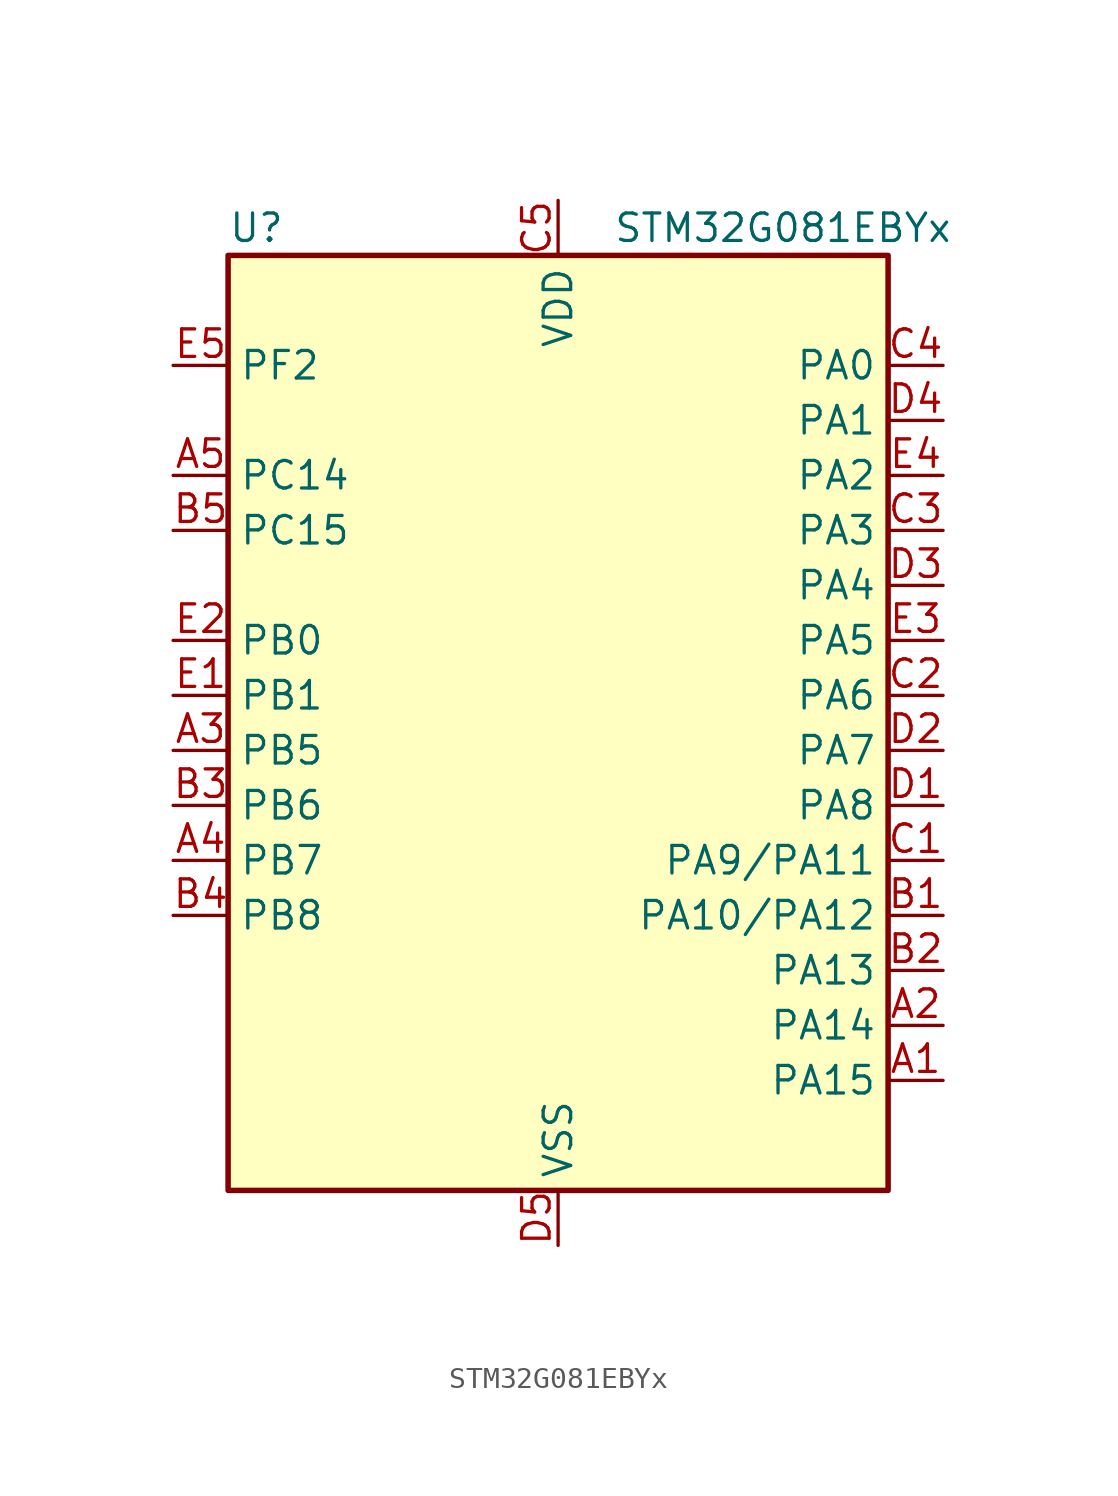
<source format=kicad_sym>
(kicad_symbol_lib
  (version 20231120)
  (generator "kicad-library-utils")
  (generator_version "8.0")
  (symbol "STM32G081EBYx"
    (property "Reference" "U"
      (at -15.24 24.13 0)
      (effects (font (size 1.27 1.27)) (justify left)))
    (property "Value" "STM32G081EBYx"
      (at 2.54 24.13 0)
      (effects (font (size 1.27 1.27)) (justify left)))
    (symbol "STM32G081EBYx_0_1"
      (rectangle (start -15.24 -20.32) (end 15.24 22.86) (stroke (width 0.254) (type default)) (fill (type background))))
    (symbol "STM32G081EBYx_1_1"
      (pin bidirectional line (at 17.78 -15.24 180) (length 2.54) (name "PA15" (effects (font (size 1.27 1.27)))) (number "A1" (effects (font (size 1.27 1.27)))) (alternate "I2S1_WS" bidirectional line) (alternate "SPI1_NSS" bidirectional line) (alternate "TIM2_CH1" bidirectional line) (alternate "TIM2_ETR" bidirectional line) (alternate "USART2_RX" bidirectional line) (alternate "USART3_CK" bidirectional line) (alternate "USART3_DE" bidirectional line) (alternate "USART3_RTS" bidirectional line) (alternate "USART4_CK" bidirectional line) (alternate "USART4_DE" bidirectional line) (alternate "USART4_RTS" bidirectional line))
      (pin bidirectional line (at 17.78 -12.7 180) (length 2.54) (name "PA14" (effects (font (size 1.27 1.27)))) (number "A2" (effects (font (size 1.27 1.27)))) (alternate "SYS_SWCLK" bidirectional line) (alternate "USART2_TX" bidirectional line))
      (pin bidirectional line (at -17.78 0 0) (length 2.54) (name "PB5" (effects (font (size 1.27 1.27)))) (number "A3" (effects (font (size 1.27 1.27)))) (alternate "COMP2_OUT" bidirectional line) (alternate "I2C1_SMBA" bidirectional line) (alternate "I2S1_SD" bidirectional line) (alternate "LPTIM1_IN1" bidirectional line) (alternate "SPI1_MOSI" bidirectional line) (alternate "SYS_WKUP6" bidirectional line) (alternate "TIM16_BK" bidirectional line) (alternate "TIM3_CH2" bidirectional line))
      (pin bidirectional line (at -17.78 -5.08 0) (length 2.54) (name "PB7" (effects (font (size 1.27 1.27)))) (number "A4" (effects (font (size 1.27 1.27)))) (alternate "COMP2_INM" bidirectional line) (alternate "I2C1_SDA" bidirectional line) (alternate "LPTIM1_IN2" bidirectional line) (alternate "SPI2_MOSI" bidirectional line) (alternate "SYS_PVD_IN" bidirectional line) (alternate "TIM17_CH1N" bidirectional line) (alternate "USART1_RX" bidirectional line) (alternate "USART4_CTS" bidirectional line) (alternate "USART4_NSS" bidirectional line))
      (pin bidirectional line (at -17.78 12.7 0) (length 2.54) (name "PC14" (effects (font (size 1.27 1.27)))) (number "A5" (effects (font (size 1.27 1.27)))) (alternate "RCC_OSC32_IN" bidirectional line) (alternate "RCC_OSC_IN" bidirectional line) (alternate "TIM1_BK2" bidirectional line))
      (pin bidirectional line (at 17.78 -7.62 180) (length 2.54) (name "PA10/PA12" (effects (font (size 1.27 1.27)))) (number "B1" (effects (font (size 1.27 1.27)))) (alternate "PA10" bidirectional line) (alternate "I2C1_SDA (PA10)" bidirectional line) (alternate "SPI2_MOSI (PA10)" bidirectional line) (alternate "TIM17_BK (PA10)" bidirectional line) (alternate "TIM1_CH3 (PA10)" bidirectional line) (alternate "USART1_RX (PA10)" bidirectional line) (alternate "PA12" bidirectional line) (alternate "COMP2_OUT (PA12)" bidirectional line) (alternate "I2C2_SDA (PA12)" bidirectional line) (alternate "I2S1_SD (PA12)" bidirectional line) (alternate "I2S_CKIN (PA12)" bidirectional line) (alternate "SPI1_MOSI (PA12)" bidirectional line) (alternate "TIM1_ETR (PA12)" bidirectional line) (alternate "USART1_CK (PA12)" bidirectional line) (alternate "USART1_DE (PA12)" bidirectional line) (alternate "USART1_RTS (PA12)" bidirectional line))
      (pin bidirectional line (at 17.78 -10.16 180) (length 2.54) (name "PA13" (effects (font (size 1.27 1.27)))) (number "B2" (effects (font (size 1.27 1.27)))) (alternate "IR_OUT" bidirectional line) (alternate "SYS_SWDIO" bidirectional line))
      (pin bidirectional line (at -17.78 -2.54 0) (length 2.54) (name "PB6" (effects (font (size 1.27 1.27)))) (number "B3" (effects (font (size 1.27 1.27)))) (alternate "COMP2_INP" bidirectional line) (alternate "I2C1_SCL" bidirectional line) (alternate "LPTIM1_ETR" bidirectional line) (alternate "SPI2_MISO" bidirectional line) (alternate "TIM16_CH1N" bidirectional line) (alternate "TIM1_CH3" bidirectional line) (alternate "USART1_TX" bidirectional line))
      (pin bidirectional line (at -17.78 -7.62 0) (length 2.54) (name "PB8" (effects (font (size 1.27 1.27)))) (number "B4" (effects (font (size 1.27 1.27)))) (alternate "CEC" bidirectional line) (alternate "I2C1_SCL" bidirectional line) (alternate "SPI2_SCK" bidirectional line) (alternate "TIM15_BK" bidirectional line) (alternate "TIM16_CH1" bidirectional line) (alternate "USART3_TX" bidirectional line))
      (pin bidirectional line (at -17.78 10.16 0) (length 2.54) (name "PC15" (effects (font (size 1.27 1.27)))) (number "B5" (effects (font (size 1.27 1.27)))) (alternate "RCC_OSC32_EN" bidirectional line) (alternate "RCC_OSC32_OUT" bidirectional line) (alternate "RCC_OSC_EN" bidirectional line) (alternate "TIM15_BK" bidirectional line))
      (pin bidirectional line (at 17.78 -5.08 180) (length 2.54) (name "PA9/PA11" (effects (font (size 1.27 1.27)))) (number "C1" (effects (font (size 1.27 1.27)))) (alternate "PA9" bidirectional line) (alternate "DAC1_EXTI9 (PA9)" bidirectional line) (alternate "I2C1_SCL (PA9)" bidirectional line) (alternate "RCC_MCO (PA9)" bidirectional line) (alternate "SPI2_MISO (PA9)" bidirectional line) (alternate "TIM15_BK (PA9)" bidirectional line) (alternate "TIM1_CH2 (PA9)" bidirectional line) (alternate "USART1_TX (PA9)" bidirectional line) (alternate "PA11" bidirectional line) (alternate "ADC1_EXTI11 (PA11)" bidirectional line) (alternate "COMP1_OUT (PA11)" bidirectional line) (alternate "I2C2_SCL (PA11)" bidirectional line) (alternate "I2S1_MCK (PA11)" bidirectional line) (alternate "SPI1_MISO (PA11)" bidirectional line) (alternate "TIM1_BK2 (PA11)" bidirectional line) (alternate "TIM1_CH4 (PA11)" bidirectional line) (alternate "USART1_CTS (PA11)" bidirectional line) (alternate "USART1_NSS (PA11)" bidirectional line))
      (pin bidirectional line (at 17.78 2.54 180) (length 2.54) (name "PA6" (effects (font (size 1.27 1.27)))) (number "C2" (effects (font (size 1.27 1.27)))) (alternate "ADC1_IN6" bidirectional line) (alternate "COMP1_OUT" bidirectional line) (alternate "I2S1_MCK" bidirectional line) (alternate "LPUART1_CTS" bidirectional line) (alternate "SPI1_MISO" bidirectional line) (alternate "TIM16_CH1" bidirectional line) (alternate "TIM1_BK" bidirectional line) (alternate "TIM3_CH1" bidirectional line) (alternate "USART3_CTS" bidirectional line) (alternate "USART3_NSS" bidirectional line))
      (pin bidirectional line (at 17.78 10.16 180) (length 2.54) (name "PA3" (effects (font (size 1.27 1.27)))) (number "C3" (effects (font (size 1.27 1.27)))) (alternate "ADC1_IN3" bidirectional line) (alternate "COMP2_INP" bidirectional line) (alternate "LPUART1_RX" bidirectional line) (alternate "SPI2_MISO" bidirectional line) (alternate "TIM15_CH2" bidirectional line) (alternate "TIM2_CH4" bidirectional line) (alternate "USART2_RX" bidirectional line))
      (pin bidirectional line (at 17.78 17.78 180) (length 2.54) (name "PA0" (effects (font (size 1.27 1.27)))) (number "C4" (effects (font (size 1.27 1.27)))) (alternate "ADC1_IN0" bidirectional line) (alternate "COMP1_INM" bidirectional line) (alternate "COMP1_OUT" bidirectional line) (alternate "LPTIM1_OUT" bidirectional line) (alternate "RTC_TAMP_IN2" bidirectional line) (alternate "SPI2_SCK" bidirectional line) (alternate "SYS_WKUP1" bidirectional line) (alternate "TIM2_CH1" bidirectional line) (alternate "TIM2_ETR" bidirectional line) (alternate "USART2_CTS" bidirectional line) (alternate "USART2_NSS" bidirectional line) (alternate "USART4_TX" bidirectional line))
      (pin power_in line (at 0 25.4 270) (length 2.54) (name "VDD" (effects (font (size 1.27 1.27)))) (number "C5" (effects (font (size 1.27 1.27)))))
      (pin bidirectional line (at 17.78 -2.54 180) (length 2.54) (name "PA8" (effects (font (size 1.27 1.27)))) (number "D1" (effects (font (size 1.27 1.27)))) (alternate "LPTIM2_OUT" bidirectional line) (alternate "RCC_MCO" bidirectional line) (alternate "SPI2_NSS" bidirectional line) (alternate "TIM1_CH1" bidirectional line) (alternate "UCPD1_CC1" bidirectional line))
      (pin bidirectional line (at 17.78 0 180) (length 2.54) (name "PA7" (effects (font (size 1.27 1.27)))) (number "D2" (effects (font (size 1.27 1.27)))) (alternate "ADC1_IN7" bidirectional line) (alternate "COMP2_OUT" bidirectional line) (alternate "I2S1_SD" bidirectional line) (alternate "SPI1_MOSI" bidirectional line) (alternate "TIM14_CH1" bidirectional line) (alternate "TIM17_CH1" bidirectional line) (alternate "TIM1_CH1N" bidirectional line) (alternate "TIM3_CH2" bidirectional line) (alternate "UCPD1_FRSTX1" bidirectional line) (alternate "UCPD1_FRSTX2" bidirectional line))
      (pin bidirectional line (at 17.78 7.62 180) (length 2.54) (name "PA4" (effects (font (size 1.27 1.27)))) (number "D3" (effects (font (size 1.27 1.27)))) (alternate "ADC1_IN4" bidirectional line) (alternate "DAC1_OUT1" bidirectional line) (alternate "I2S1_WS" bidirectional line) (alternate "LPTIM2_OUT" bidirectional line) (alternate "RTC_OUT_ALARM" bidirectional line) (alternate "RTC_OUT_CALIB" bidirectional line) (alternate "RTC_TAMP_IN1" bidirectional line) (alternate "RTC_TS" bidirectional line) (alternate "SPI1_NSS" bidirectional line) (alternate "SPI2_MOSI" bidirectional line) (alternate "SYS_WKUP2" bidirectional line) (alternate "TIM14_CH1" bidirectional line))
      (pin bidirectional line (at 17.78 15.24 180) (length 2.54) (name "PA1" (effects (font (size 1.27 1.27)))) (number "D4" (effects (font (size 1.27 1.27)))) (alternate "ADC1_IN1" bidirectional line) (alternate "COMP1_INP" bidirectional line) (alternate "I2C1_SMBA" bidirectional line) (alternate "I2S1_CK" bidirectional line) (alternate "SPI1_SCK" bidirectional line) (alternate "TIM15_CH1N" bidirectional line) (alternate "TIM2_CH2" bidirectional line) (alternate "USART2_CK" bidirectional line) (alternate "USART2_DE" bidirectional line) (alternate "USART2_RTS" bidirectional line) (alternate "USART4_RX" bidirectional line))
      (pin power_in line (at 0 -22.86 90) (length 2.54) (name "VSS" (effects (font (size 1.27 1.27)))) (number "D5" (effects (font (size 1.27 1.27)))))
      (pin bidirectional line (at -17.78 2.54 0) (length 2.54) (name "PB1" (effects (font (size 1.27 1.27)))) (number "E1" (effects (font (size 1.27 1.27)))) (alternate "ADC1_IN9" bidirectional line) (alternate "COMP1_INM" bidirectional line) (alternate "LPTIM2_IN1" bidirectional line) (alternate "LPUART1_DE" bidirectional line) (alternate "LPUART1_RTS" bidirectional line) (alternate "TIM14_CH1" bidirectional line) (alternate "TIM1_CH3N" bidirectional line) (alternate "TIM3_CH4" bidirectional line) (alternate "USART3_CK" bidirectional line) (alternate "USART3_DE" bidirectional line) (alternate "USART3_RTS" bidirectional line))
      (pin bidirectional line (at -17.78 5.08 0) (length 2.54) (name "PB0" (effects (font (size 1.27 1.27)))) (number "E2" (effects (font (size 1.27 1.27)))) (alternate "ADC1_IN8" bidirectional line) (alternate "COMP1_OUT" bidirectional line) (alternate "I2S1_WS" bidirectional line) (alternate "LPTIM1_OUT" bidirectional line) (alternate "SPI1_NSS" bidirectional line) (alternate "TIM1_CH2N" bidirectional line) (alternate "TIM3_CH3" bidirectional line) (alternate "UCPD1_FRSTX1" bidirectional line) (alternate "UCPD1_FRSTX2" bidirectional line) (alternate "USART3_RX" bidirectional line))
      (pin bidirectional line (at 17.78 5.08 180) (length 2.54) (name "PA5" (effects (font (size 1.27 1.27)))) (number "E3" (effects (font (size 1.27 1.27)))) (alternate "ADC1_IN5" bidirectional line) (alternate "CEC" bidirectional line) (alternate "DAC1_OUT2" bidirectional line) (alternate "I2S1_CK" bidirectional line) (alternate "LPTIM2_ETR" bidirectional line) (alternate "SPI1_SCK" bidirectional line) (alternate "TIM2_CH1" bidirectional line) (alternate "TIM2_ETR" bidirectional line) (alternate "UCPD1_FRSTX1" bidirectional line) (alternate "UCPD1_FRSTX2" bidirectional line) (alternate "USART3_TX" bidirectional line))
      (pin bidirectional line (at 17.78 12.7 180) (length 2.54) (name "PA2" (effects (font (size 1.27 1.27)))) (number "E4" (effects (font (size 1.27 1.27)))) (alternate "ADC1_IN2" bidirectional line) (alternate "COMP2_INM" bidirectional line) (alternate "COMP2_OUT" bidirectional line) (alternate "I2S1_SD" bidirectional line) (alternate "LPUART1_TX" bidirectional line) (alternate "RCC_LSCO" bidirectional line) (alternate "SPI1_MOSI" bidirectional line) (alternate "SYS_WKUP4" bidirectional line) (alternate "TIM15_CH1" bidirectional line) (alternate "TIM2_CH3" bidirectional line) (alternate "UCPD1_FRSTX1" bidirectional line) (alternate "UCPD1_FRSTX2" bidirectional line) (alternate "USART2_TX" bidirectional line))
      (pin bidirectional line (at -17.78 17.78 0) (length 2.54) (name "PF2" (effects (font (size 1.27 1.27)))) (number "E5" (effects (font (size 1.27 1.27)))) (alternate "RCC_MCO" bidirectional line)))))
</source>
